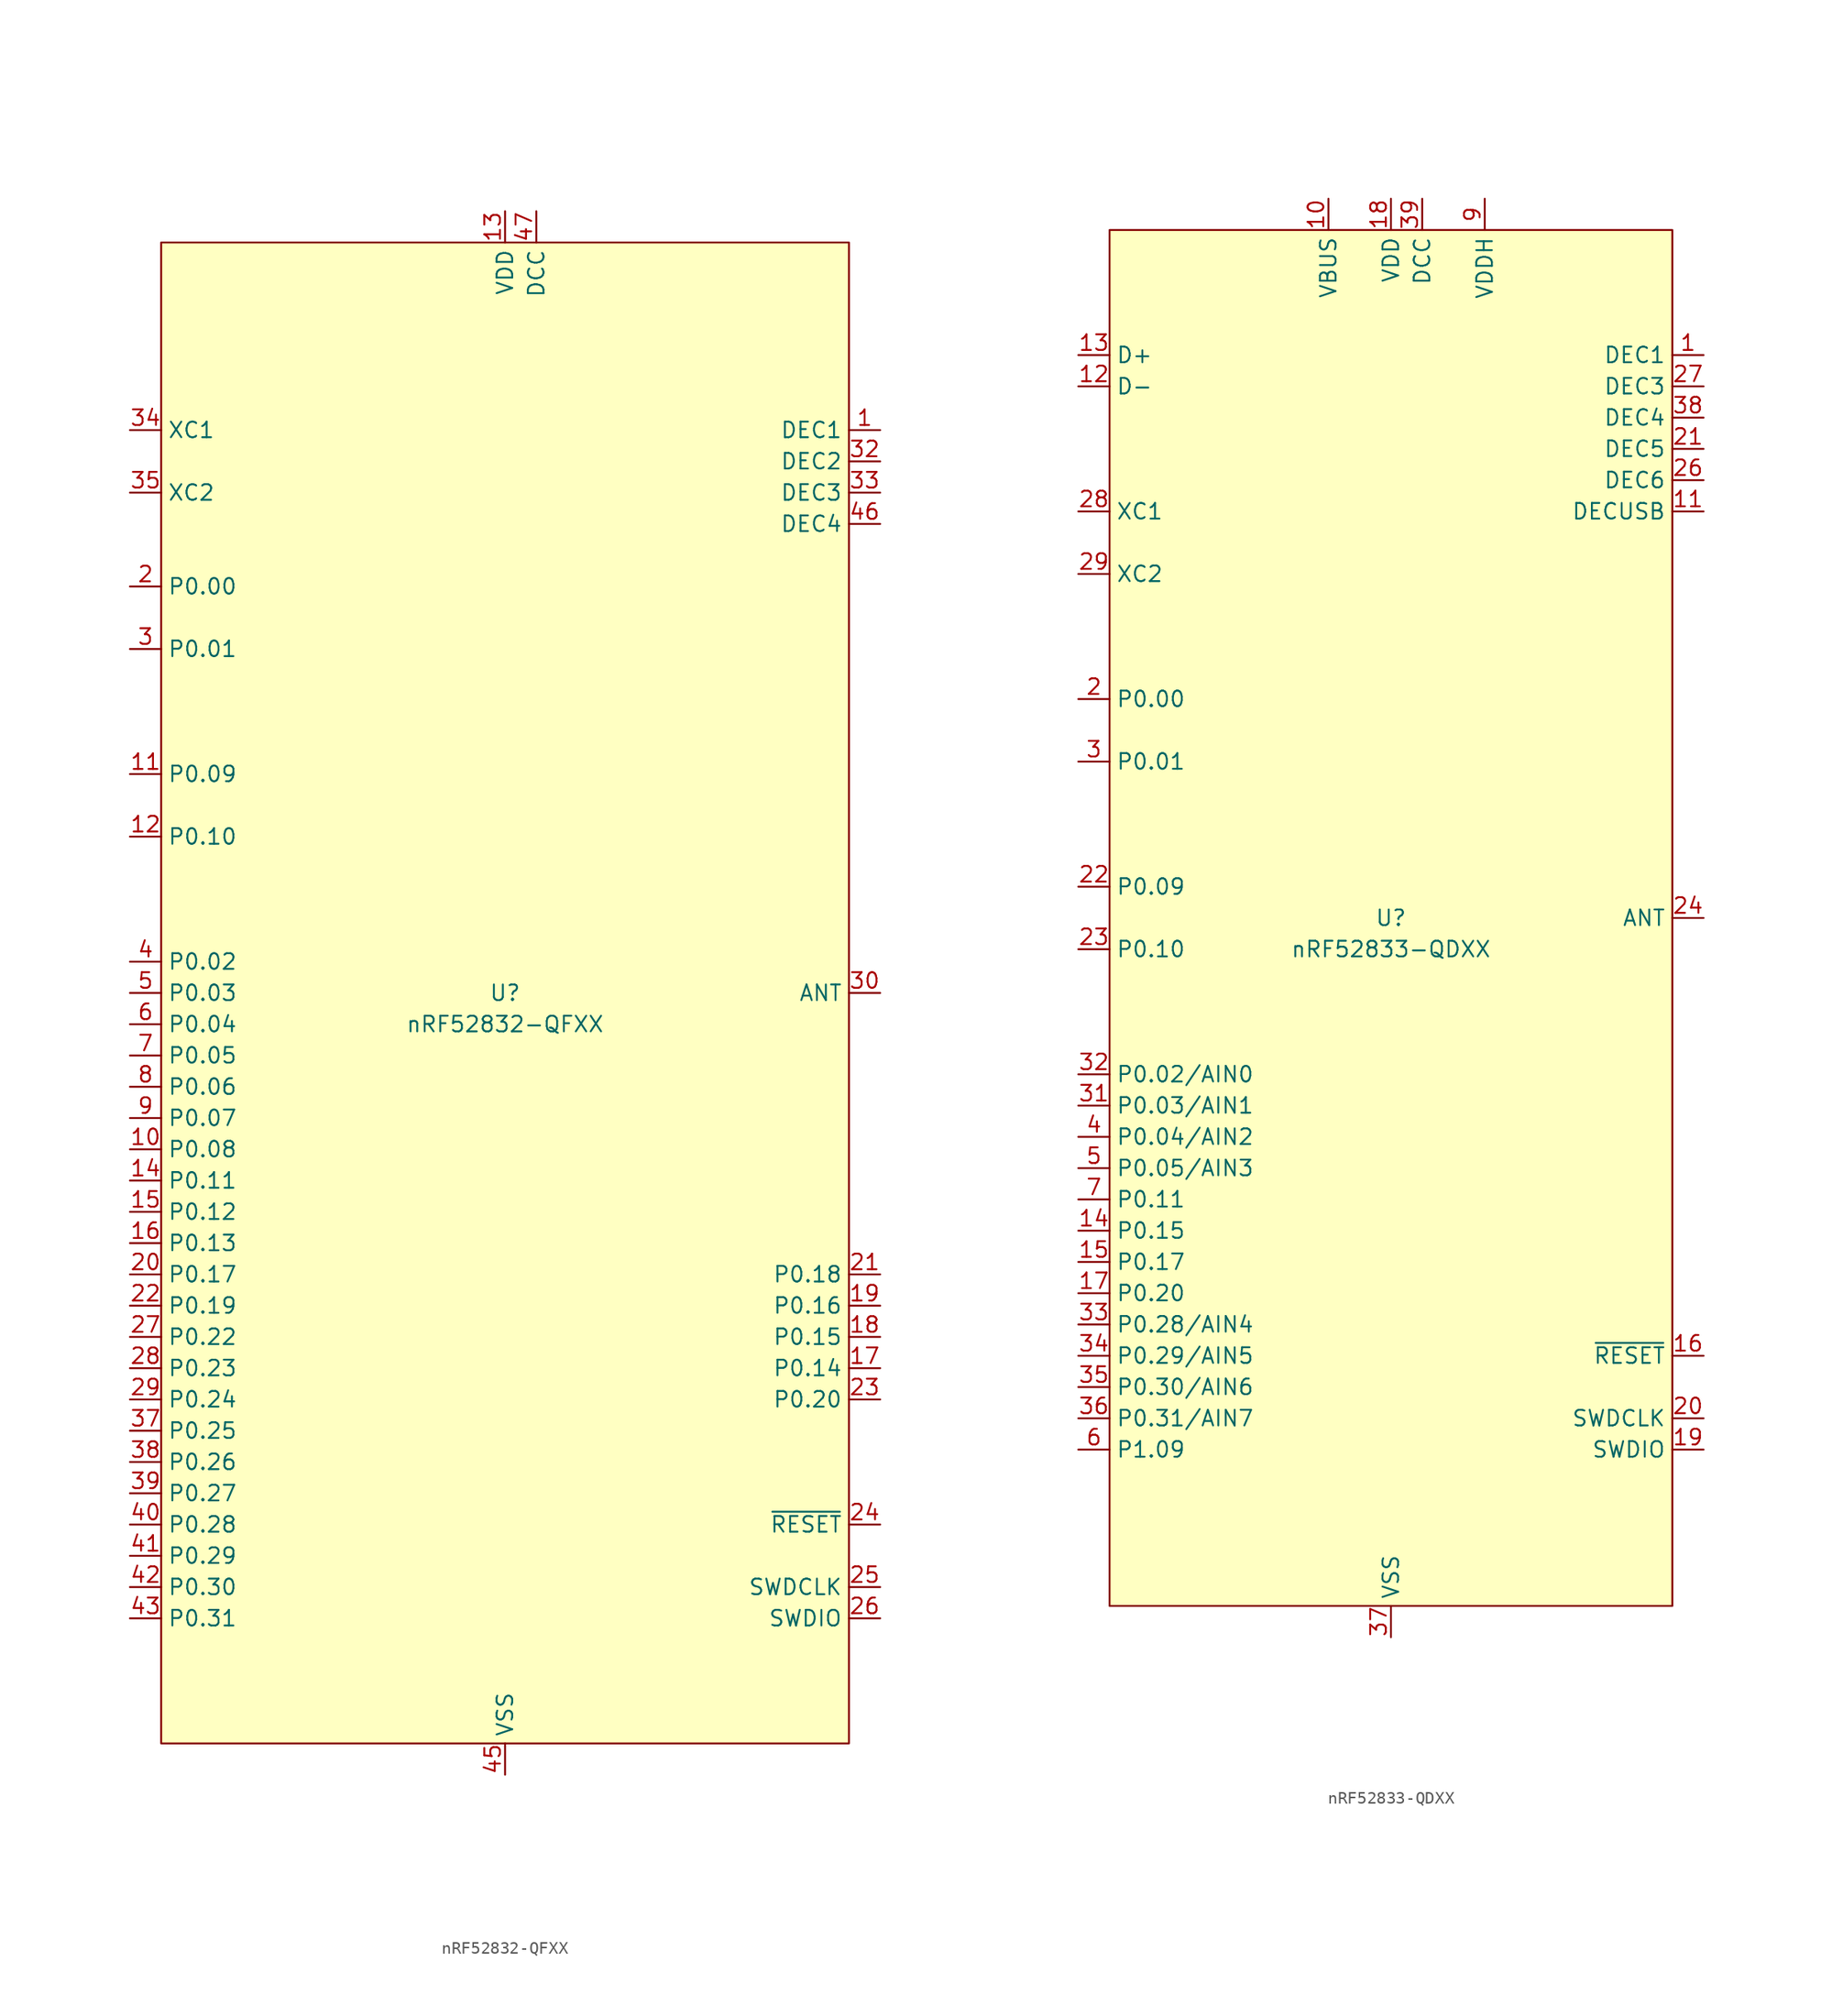
<source format=kicad_sym>
(kicad_symbol_lib
  (version 20241209)
  (generator "kicad_symbol_editor")
  (generator_version "9.0")
  (symbol "nRF52832-QFXX"
    (property "Reference" "U"
      (at 0 0 0)
      (do_not_autoplace)
      (effects (font (size 1.27 1.27))))
    (property "Value" "nRF52832-QFXX"
      (at 0 -2.54 0)
      (do_not_autoplace)
      (effects (font (size 1.27 1.27))))
    (symbol "nRF52832-QFXX_0_0"
      (pin input line (at -30.48 45.72 0) (length 2.54) (name "XC1" (effects (font (size 1.27 1.27)))) (number "34" (effects (font (size 1.27 1.27)))))
      (pin input line (at -30.48 40.64 0) (length 2.54) (name "XC2" (effects (font (size 1.27 1.27)))) (number "35" (effects (font (size 1.27 1.27)))))
      (pin bidirectional line (at -30.48 -7.62 0) (length 2.54) (name "P0.06" (effects (font (size 1.27 1.27)))) (number "8" (effects (font (size 1.27 1.27)))))
      (pin bidirectional line (at -30.48 -10.16 0) (length 2.54) (name "P0.07" (effects (font (size 1.27 1.27)))) (number "9" (effects (font (size 1.27 1.27)))))
      (pin bidirectional line (at -30.48 -12.7 0) (length 2.54) (name "P0.08" (effects (font (size 1.27 1.27)))) (number "10" (effects (font (size 1.27 1.27)))))
      (pin bidirectional line (at -30.48 -15.24 0) (length 2.54) (name "P0.11" (effects (font (size 1.27 1.27)))) (number "14" (effects (font (size 1.27 1.27)))))
      (pin bidirectional line (at -30.48 -17.78 0) (length 2.54) (name "P0.12" (effects (font (size 1.27 1.27)))) (number "15" (effects (font (size 1.27 1.27)))))
      (pin bidirectional line (at -30.48 -20.32 0) (length 2.54) (name "P0.13" (effects (font (size 1.27 1.27)))) (number "16" (effects (font (size 1.27 1.27)))))
      (pin bidirectional line (at -30.48 -22.86 0) (length 2.54) (name "P0.17" (effects (font (size 1.27 1.27)))) (number "20" (effects (font (size 1.27 1.27)))))
      (pin bidirectional line (at -30.48 -25.4 0) (length 2.54) (name "P0.19" (effects (font (size 1.27 1.27)))) (number "22" (effects (font (size 1.27 1.27)))))
      (pin bidirectional line (at -30.48 -27.94 0) (length 2.54) (name "P0.22" (effects (font (size 1.27 1.27)))) (number "27" (effects (font (size 1.27 1.27)))))
      (pin bidirectional line (at -30.48 -30.48 0) (length 2.54) (name "P0.23" (effects (font (size 1.27 1.27)))) (number "28" (effects (font (size 1.27 1.27)))))
      (pin bidirectional line (at -30.48 -33.02 0) (length 2.54) (name "P0.24" (effects (font (size 1.27 1.27)))) (number "29" (effects (font (size 1.27 1.27)))))
      (pin bidirectional line (at -30.48 -35.56 0) (length 2.54) (name "P0.25" (effects (font (size 1.27 1.27)))) (number "37" (effects (font (size 1.27 1.27)))))
      (pin bidirectional line (at -30.48 -38.1 0) (length 2.54) (name "P0.26" (effects (font (size 1.27 1.27)))) (number "38" (effects (font (size 1.27 1.27)))))
      (pin bidirectional line (at -30.48 -40.64 0) (length 2.54) (name "P0.27" (effects (font (size 1.27 1.27)))) (number "39" (effects (font (size 1.27 1.27)))))
      (pin power_in line (at 0 63.5 270) (length 2.54) (name "VDD" (effects (font (size 1.27 1.27)))) (number "13" (effects (font (size 1.27 1.27)))))
      (pin power_in line (at 0 -63.5 90) (length 2.54) (name "VSS" (effects (font (size 1.27 1.27)))) (number "45" (effects (font (size 1.27 1.27)))))
      (pin power_out line (at 2.54 63.5 270) (length 2.54) (name "DCC" (effects (font (size 1.27 1.27)))) (number "47" (effects (font (size 1.27 1.27)))))
      (pin bidirectional line (at 30.48 0 180) (length 2.54) (name "ANT" (effects (font (size 1.27 1.27)))) (number "30" (effects (font (size 1.27 1.27)))))
      (pin input line (at 30.48 -48.26 180) (length 2.54) (name "SWDCLK" (effects (font (size 1.27 1.27)))) (number "25" (effects (font (size 1.27 1.27)))))
      (pin bidirectional line (at 30.48 -50.8 180) (length 2.54) (name "SWDIO" (effects (font (size 1.27 1.27)))) (number "26" (effects (font (size 1.27 1.27))))))
    (symbol "nRF52832-QFXX_1_0"
      (pin bidirectional line (at -30.48 33.02 0) (length 2.54) (name "P0.00" (effects (font (size 1.27 1.27)))) (number "2" (effects (font (size 1.27 1.27)))) (alternate "XL1" input line))
      (pin bidirectional line (at -30.48 27.94 0) (length 2.54) (name "P0.01" (effects (font (size 1.27 1.27)))) (number "3" (effects (font (size 1.27 1.27)))) (alternate "XL2" input line))
      (pin bidirectional line (at -30.48 17.78 0) (length 2.54) (name "P0.09" (effects (font (size 1.27 1.27)))) (number "11" (effects (font (size 1.27 1.27)))) (alternate "NFC1" input line))
      (pin bidirectional line (at -30.48 12.7 0) (length 2.54) (name "P0.10" (effects (font (size 1.27 1.27)))) (number "12" (effects (font (size 1.27 1.27)))) (alternate "NFC2" input line))
      (pin bidirectional line (at -30.48 2.54 0) (length 2.54) (name "P0.02" (effects (font (size 1.27 1.27)))) (number "4" (effects (font (size 1.27 1.27)))) (alternate "AIN0" input line))
      (pin bidirectional line (at -30.48 0 0) (length 2.54) (name "P0.03" (effects (font (size 1.27 1.27)))) (number "5" (effects (font (size 1.27 1.27)))) (alternate "AIN1" input line))
      (pin bidirectional line (at -30.48 -2.54 0) (length 2.54) (name "P0.04" (effects (font (size 1.27 1.27)))) (number "6" (effects (font (size 1.27 1.27)))) (alternate "AIN2" input line))
      (pin bidirectional line (at -30.48 -5.08 0) (length 2.54) (name "P0.05" (effects (font (size 1.27 1.27)))) (number "7" (effects (font (size 1.27 1.27)))) (alternate "AIN3" input line))
      (pin bidirectional line (at -30.48 -43.18 0) (length 2.54) (name "P0.28" (effects (font (size 1.27 1.27)))) (number "40" (effects (font (size 1.27 1.27)))) (alternate "AIN4" input line))
      (pin bidirectional line (at -30.48 -45.72 0) (length 2.54) (name "P0.29" (effects (font (size 1.27 1.27)))) (number "41" (effects (font (size 1.27 1.27)))) (alternate "AIN5" input line))
      (pin bidirectional line (at -30.48 -48.26 0) (length 2.54) (name "P0.30" (effects (font (size 1.27 1.27)))) (number "42" (effects (font (size 1.27 1.27)))) (alternate "AIN6" input line))
      (pin bidirectional line (at -30.48 -50.8 0) (length 2.54) (name "P0.31" (effects (font (size 1.27 1.27)))) (number "43" (effects (font (size 1.27 1.27)))) (alternate "AIN7" input line))
      (pin no_connect line (at -27.94 -55.88 0) (length 2.54) (hide yes) (name "NC" (effects (font (size 1.27 1.27)))) (number "44" (effects (font (size 1.27 1.27)))))
      (pin passive line (at 0 63.5 270) (length 2.54) (hide yes) (name "VDD" (effects (font (size 1.27 1.27)))) (number "36" (effects (font (size 1.27 1.27)))))
      (pin passive line (at 0 63.5 270) (length 2.54) (hide yes) (name "VDD" (effects (font (size 1.27 1.27)))) (number "48" (effects (font (size 1.27 1.27)))))
      (pin passive line (at 0 -63.5 90) (length 2.54) (hide yes) (name "VSS" (effects (font (size 1.27 1.27)))) (number "31" (effects (font (size 1.27 1.27)))))
      (pin passive line (at 0 -63.5 90) (length 2.54) (hide yes) (name "VSS" (effects (font (size 1.27 1.27)))) (number "49" (effects (font (size 1.27 1.27)))))
      (pin passive line (at 30.48 45.72 180) (length 2.54) (name "DEC1" (effects (font (size 1.27 1.27)))) (number "1" (effects (font (size 1.27 1.27)))))
      (pin passive line (at 30.48 43.18 180) (length 2.54) (name "DEC2" (effects (font (size 1.27 1.27)))) (number "32" (effects (font (size 1.27 1.27)))))
      (pin passive line (at 30.48 40.64 180) (length 2.54) (name "DEC3" (effects (font (size 1.27 1.27)))) (number "33" (effects (font (size 1.27 1.27)))))
      (pin passive line (at 30.48 38.1 180) (length 2.54) (name "DEC4" (effects (font (size 1.27 1.27)))) (number "46" (effects (font (size 1.27 1.27)))))
      (pin bidirectional line (at 30.48 -22.86 180) (length 2.54) (name "P0.18" (effects (font (size 1.27 1.27)))) (number "21" (effects (font (size 1.27 1.27)))) (alternate "TRACEDATA[0]" output line))
      (pin bidirectional line (at 30.48 -25.4 180) (length 2.54) (name "P0.16" (effects (font (size 1.27 1.27)))) (number "19" (effects (font (size 1.27 1.27)))) (alternate "TRACEDATA[1]" output line))
      (pin bidirectional line (at 30.48 -27.94 180) (length 2.54) (name "P0.15" (effects (font (size 1.27 1.27)))) (number "18" (effects (font (size 1.27 1.27)))) (alternate "TRACEDATA[2]" output line))
      (pin bidirectional line (at 30.48 -30.48 180) (length 2.54) (name "P0.14" (effects (font (size 1.27 1.27)))) (number "17" (effects (font (size 1.27 1.27)))) (alternate "TRACEDATA[3]" output line))
      (pin bidirectional line (at 30.48 -33.02 180) (length 2.54) (name "P0.20" (effects (font (size 1.27 1.27)))) (number "23" (effects (font (size 1.27 1.27)))) (alternate "TRACECLK" input line))
      (pin input line (at 30.48 -43.18 180) (length 2.54) (name "~{RESET}" (effects (font (size 1.27 1.27)))) (number "24" (effects (font (size 1.27 1.27)))) (alternate "P0.21" bidirectional line)))
    (symbol "nRF52832-QFXX_1_1"
      (rectangle (start -27.94 60.96) (end 27.94 -60.96) (stroke (width 0) (type default)) (fill (type background)))))
  (symbol "nRF52833-QDXX"
    (property "Reference" "U"
      (at 0 0 0)
      (do_not_autoplace)
      (effects (font (size 1.27 1.27))))
    (property "Value" "nRF52833-QDXX"
      (at 0 -2.54 0)
      (do_not_autoplace)
      (effects (font (size 1.27 1.27))))
    (symbol "nRF52833-QDXX_0_0"
      (pin bidirectional line (at -25.4 45.72 0) (length 2.54) (name "D+" (effects (font (size 1.27 1.27)))) (number "13" (effects (font (size 1.27 1.27)))))
      (pin bidirectional line (at -25.4 43.18 0) (length 2.54) (name "D-" (effects (font (size 1.27 1.27)))) (number "12" (effects (font (size 1.27 1.27)))))
      (pin input line (at -25.4 33.02 0) (length 2.54) (name "XC1" (effects (font (size 1.27 1.27)))) (number "28" (effects (font (size 1.27 1.27)))))
      (pin input line (at -25.4 27.94 0) (length 2.54) (name "XC2" (effects (font (size 1.27 1.27)))) (number "29" (effects (font (size 1.27 1.27)))))
      (pin bidirectional line (at -25.4 -12.7 0) (length 2.54) (name "P0.02/AIN0" (effects (font (size 1.27 1.27)))) (number "32" (effects (font (size 1.27 1.27)))))
      (pin bidirectional line (at -25.4 -15.24 0) (length 2.54) (name "P0.03/AIN1" (effects (font (size 1.27 1.27)))) (number "31" (effects (font (size 1.27 1.27)))))
      (pin bidirectional line (at -25.4 -17.78 0) (length 2.54) (name "P0.04/AIN2" (effects (font (size 1.27 1.27)))) (number "4" (effects (font (size 1.27 1.27)))))
      (pin bidirectional line (at -25.4 -20.32 0) (length 2.54) (name "P0.05/AIN3" (effects (font (size 1.27 1.27)))) (number "5" (effects (font (size 1.27 1.27)))))
      (pin bidirectional line (at -25.4 -22.86 0) (length 2.54) (name "P0.11" (effects (font (size 1.27 1.27)))) (number "7" (effects (font (size 1.27 1.27)))))
      (pin bidirectional line (at -25.4 -25.4 0) (length 2.54) (name "P0.15" (effects (font (size 1.27 1.27)))) (number "14" (effects (font (size 1.27 1.27)))))
      (pin bidirectional line (at -25.4 -27.94 0) (length 2.54) (name "P0.17" (effects (font (size 1.27 1.27)))) (number "15" (effects (font (size 1.27 1.27)))))
      (pin bidirectional line (at -25.4 -30.48 0) (length 2.54) (name "P0.20" (effects (font (size 1.27 1.27)))) (number "17" (effects (font (size 1.27 1.27)))))
      (pin bidirectional line (at -25.4 -33.02 0) (length 2.54) (name "P0.28/AIN4" (effects (font (size 1.27 1.27)))) (number "33" (effects (font (size 1.27 1.27)))))
      (pin bidirectional line (at -25.4 -35.56 0) (length 2.54) (name "P0.29/AIN5" (effects (font (size 1.27 1.27)))) (number "34" (effects (font (size 1.27 1.27)))))
      (pin bidirectional line (at -25.4 -38.1 0) (length 2.54) (name "P0.30/AIN6" (effects (font (size 1.27 1.27)))) (number "35" (effects (font (size 1.27 1.27)))))
      (pin bidirectional line (at -25.4 -40.64 0) (length 2.54) (name "P0.31/AIN7" (effects (font (size 1.27 1.27)))) (number "36" (effects (font (size 1.27 1.27)))))
      (pin bidirectional line (at -25.4 -43.18 0) (length 2.54) (name "P1.09" (effects (font (size 1.27 1.27)))) (number "6" (effects (font (size 1.27 1.27)))))
      (pin passive line (at 0 58.42 270) (length 2.54) (name "VDD" (effects (font (size 1.27 1.27)))) (number "18" (effects (font (size 1.27 1.27)))))
      (pin power_out line (at 2.54 58.42 270) (length 2.54) (name "DCC" (effects (font (size 1.27 1.27)))) (number "39" (effects (font (size 1.27 1.27)))))
      (pin power_in line (at 7.62 58.42 270) (length 2.54) (name "VDDH" (effects (font (size 1.27 1.27)))) (number "9" (effects (font (size 1.27 1.27)))))
      (pin passive line (at 25.4 33.02 180) (length 2.54) (name "DECUSB" (effects (font (size 1.27 1.27)))) (number "11" (effects (font (size 1.27 1.27)))))
      (pin input line (at 25.4 -40.64 180) (length 2.54) (name "SWDCLK" (effects (font (size 1.27 1.27)))) (number "20" (effects (font (size 1.27 1.27)))))
      (pin bidirectional line (at 25.4 -43.18 180) (length 2.54) (name "SWDIO" (effects (font (size 1.27 1.27)))) (number "19" (effects (font (size 1.27 1.27))))))
    (symbol "nRF52833-QDXX_1_0"
      (pin bidirectional line (at -25.4 17.78 0) (length 2.54) (name "P0.00" (effects (font (size 1.27 1.27)))) (number "2" (effects (font (size 1.27 1.27)))) (alternate "XL1" input line))
      (pin bidirectional line (at -25.4 12.7 0) (length 2.54) (name "P0.01" (effects (font (size 1.27 1.27)))) (number "3" (effects (font (size 1.27 1.27)))) (alternate "XL2" input line))
      (pin bidirectional line (at -25.4 2.54 0) (length 2.54) (name "P0.09" (effects (font (size 1.27 1.27)))) (number "22" (effects (font (size 1.27 1.27)))) (alternate "NFC1" input line))
      (pin bidirectional line (at -25.4 -2.54 0) (length 2.54) (name "P0.10" (effects (font (size 1.27 1.27)))) (number "23" (effects (font (size 1.27 1.27)))) (alternate "NFC2" input line))
      (pin power_in line (at -5.08 58.42 270) (length 2.54) (name "VBUS" (effects (font (size 1.27 1.27)))) (number "10" (effects (font (size 1.27 1.27)))))
      (pin passive line (at 0 58.42 270) (length 2.54) (hide yes) (name "VDD" (effects (font (size 1.27 1.27)))) (number "30" (effects (font (size 1.27 1.27)))))
      (pin passive line (at 0 58.42 270) (length 2.54) (hide yes) (name "VDD" (effects (font (size 1.27 1.27)))) (number "40" (effects (font (size 1.27 1.27)))))
      (pin passive line (at 0 58.42 270) (length 2.54) (hide yes) (name "VDD" (effects (font (size 1.27 1.27)))) (number "8" (effects (font (size 1.27 1.27)))))
      (pin passive line (at 0 -58.42 90) (length 2.54) (hide yes) (name "VSS_PA" (effects (font (size 1.27 1.27)))) (number "25" (effects (font (size 1.27 1.27)))))
      (pin power_in line (at 0 -58.42 90) (length 2.54) (name "VSS" (effects (font (size 1.27 1.27)))) (number "37" (effects (font (size 1.27 1.27)))))
      (pin passive line (at 0 -58.42 90) (length 2.54) (hide yes) (name "VSS" (effects (font (size 1.27 1.27)))) (number "49" (effects (font (size 1.27 1.27)))))
      (pin passive line (at 25.4 45.72 180) (length 2.54) (name "DEC1" (effects (font (size 1.27 1.27)))) (number "1" (effects (font (size 1.27 1.27)))))
      (pin passive line (at 25.4 43.18 180) (length 2.54) (name "DEC3" (effects (font (size 1.27 1.27)))) (number "27" (effects (font (size 1.27 1.27)))))
      (pin passive line (at 25.4 40.64 180) (length 2.54) (name "DEC4" (effects (font (size 1.27 1.27)))) (number "38" (effects (font (size 1.27 1.27)))))
      (pin passive line (at 25.4 38.1 180) (length 2.54) (name "DEC5" (effects (font (size 1.27 1.27)))) (number "21" (effects (font (size 1.27 1.27)))) (alternate "NC" no_connect line))
      (pin passive line (at 25.4 35.56 180) (length 2.54) (name "DEC6" (effects (font (size 1.27 1.27)))) (number "26" (effects (font (size 1.27 1.27)))))
      (pin bidirectional line (at 25.4 0 180) (length 2.54) (name "ANT" (effects (font (size 1.27 1.27)))) (number "24" (effects (font (size 1.27 1.27)))))
      (pin input line (at 25.4 -35.56 180) (length 2.54) (name "~{RESET}" (effects (font (size 1.27 1.27)))) (number "16" (effects (font (size 1.27 1.27)))) (alternate "P0.18" bidirectional line)))
    (symbol "nRF52833-QDXX_1_1"
      (rectangle (start -22.86 55.88) (end 22.86 -55.88) (stroke (width 0) (type default)) (fill (type background))))))
</source>
